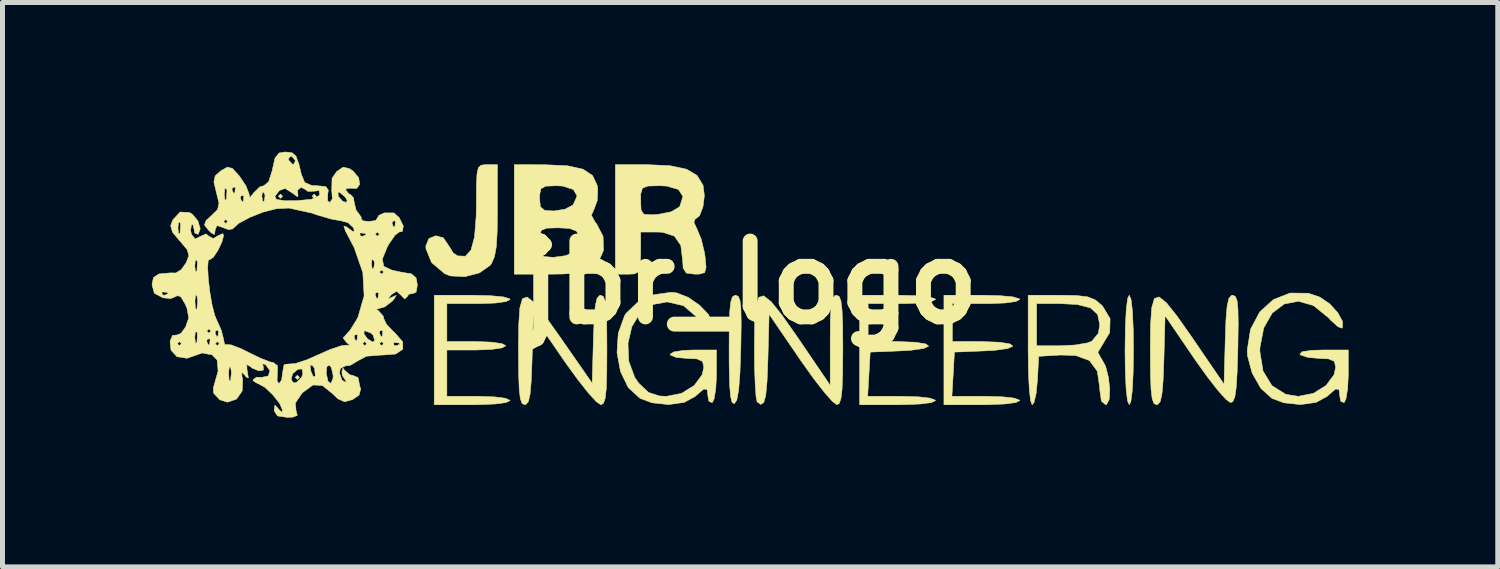
<source format=kicad_pcb>
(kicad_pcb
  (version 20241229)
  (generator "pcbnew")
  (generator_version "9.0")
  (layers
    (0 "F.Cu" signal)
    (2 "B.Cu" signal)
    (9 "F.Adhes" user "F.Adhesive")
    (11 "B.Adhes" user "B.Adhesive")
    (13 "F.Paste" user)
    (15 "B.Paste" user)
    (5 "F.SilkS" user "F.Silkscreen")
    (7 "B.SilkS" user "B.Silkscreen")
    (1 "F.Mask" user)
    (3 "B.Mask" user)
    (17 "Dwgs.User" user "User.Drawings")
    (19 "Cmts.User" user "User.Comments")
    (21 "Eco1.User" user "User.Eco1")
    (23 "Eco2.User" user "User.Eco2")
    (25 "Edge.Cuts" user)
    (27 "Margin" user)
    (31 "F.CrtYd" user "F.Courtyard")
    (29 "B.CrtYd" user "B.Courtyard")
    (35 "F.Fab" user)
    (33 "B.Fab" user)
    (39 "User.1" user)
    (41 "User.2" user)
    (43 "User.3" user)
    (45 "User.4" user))
  (footprint "jbr_logo"
    (layer "F.Cu")
    (at 12.028 2.63)
    (property "Reference" "jbr_logo" (at 0 0 0) (layer "F.SilkS") (effects (font (size 1.524 1.524) (thickness 0.3))))
    (attr through_hole)
    (fp_poly (pts (xy -9.398 -1.736) (xy -9.44 -1.693) (xy -9.483 -1.736) (xy -9.44 -1.778) (xy -9.398 -1.736)) (stroke (width 0.01) (type solid)) (fill yes) (layer "F.SilkS"))
    (fp_poly (pts (xy -9.059 1.905) (xy -9.102 1.947) (xy -9.144 1.905) (xy -9.102 1.863) (xy -9.059 1.905)) (stroke (width 0.01) (type solid)) (fill yes) (layer "F.SilkS"))
    (fp_poly (pts (xy -8.721 -1.736) (xy -8.763 -1.693) (xy -8.805 -1.736) (xy -8.763 -1.778) (xy -8.721 -1.736)) (stroke (width 0.01) (type solid)) (fill yes) (layer "F.SilkS"))
    (fp_poly (pts (xy 7.656 0.336) (xy 7.683 0.569) (xy 7.7 0.937) (xy 7.705 1.355) (xy 7.698 1.825) (xy 7.68 2.177) (xy 7.652 2.393) (xy 7.62 2.455) (xy 7.584 2.374) (xy 7.557 2.14) (xy 7.54 1.773) (xy 7.535 1.355) (xy 7.542 0.884) (xy 7.56 0.532) (xy 7.588 0.317) (xy 7.62 0.254) (xy 7.656 0.336)) (stroke (width 0.01) (type solid)) (fill yes) (layer "F.SilkS"))
    (fp_poly (pts (xy -0.24 0.276) (xy -0.205 0.358) (xy -0.186 0.527) (xy -0.18 0.808) (xy -0.186 1.227) (xy -0.188 1.327) (xy -0.205 1.82) (xy -0.231 2.16) (xy -0.268 2.36) (xy -0.318 2.434) (xy -0.363 2.409) (xy -0.394 2.286) (xy -0.413 2.044) (xy -0.422 1.665) (xy -0.423 1.362) (xy -0.421 0.903) (xy -0.411 0.588) (xy -0.39 0.392) (xy -0.357 0.289) (xy -0.307 0.255) (xy -0.294 0.254) (xy -0.24 0.276)) (stroke (width 0.01) (type solid)) (fill yes) (layer "F.SilkS"))
    (fp_poly (pts (xy -5.08 -1.449) (xy -5.085 -1.016) (xy -5.103 -0.719) (xy -5.139 -0.521) (xy -5.196 -0.389) (xy -5.228 -0.345) (xy -5.444 -0.194) (xy -5.736 -0.119) (xy -6.024 -0.134) (xy -6.138 -0.178) (xy -6.404 -0.403) (xy -6.516 -0.679) (xy -6.519 -0.736) (xy -6.458 -0.885) (xy -6.319 -0.941) (xy -6.168 -0.901) (xy -6.072 -0.762) (xy -5.968 -0.596) (xy -5.88 -0.537) (xy -5.723 -0.53) (xy -5.611 -0.653) (xy -5.54 -0.918) (xy -5.507 -1.334) (xy -5.503 -1.583) (xy -5.502 -1.951) (xy -5.491 -2.181) (xy -5.464 -2.307) (xy -5.41 -2.359) (xy -5.321 -2.371) (xy -5.292 -2.371) (xy -5.08 -2.371) (xy -5.08 -1.449)) (stroke (width 0.01) (type solid)) (fill yes) (layer "F.SilkS"))
    (fp_poly (pts (xy 3.328 0.263) (xy 3.589 0.287) (xy 3.717 0.325) (xy 3.725 0.339) (xy 3.646 0.381) (xy 3.43 0.41) (xy 3.109 0.423) (xy 3.048 0.423) (xy 2.371 0.423) (xy 2.371 1.185) (xy 2.958 1.185) (xy 3.32 1.199) (xy 3.531 1.233) (xy 3.588 1.278) (xy 3.487 1.324) (xy 3.224 1.361) (xy 3.03 1.372) (xy 2.413 1.397) (xy 2.362 2.286) (xy 3.044 2.286) (xy 3.381 2.296) (xy 3.618 2.323) (xy 3.723 2.363) (xy 3.725 2.371) (xy 3.645 2.411) (xy 3.424 2.44) (xy 3.089 2.454) (xy 2.963 2.455) (xy 2.201 2.455) (xy 2.201 0.254) (xy 2.963 0.254) (xy 3.328 0.263)) (stroke (width 0.01) (type solid)) (fill yes) (layer "F.SilkS"))
    (fp_poly (pts (xy -5.223 0.263) (xy -4.962 0.287) (xy -4.834 0.325) (xy -4.826 0.339) (xy -4.905 0.381) (xy -5.118 0.411) (xy -5.431 0.423) (xy -5.461 0.423) (xy -6.096 0.423) (xy -6.096 1.185) (xy -5.503 1.185) (xy -5.199 1.197) (xy -4.989 1.227) (xy -4.911 1.27) (xy -4.911 1.27) (xy -4.989 1.313) (xy -5.199 1.343) (xy -5.503 1.355) (xy -6.096 1.355) (xy -6.096 2.286) (xy -5.461 2.286) (xy -5.141 2.297) (xy -4.918 2.325) (xy -4.827 2.367) (xy -4.826 2.371) (xy -4.906 2.411) (xy -5.127 2.44) (xy -5.462 2.454) (xy -5.588 2.455) (xy -6.35 2.455) (xy -6.35 0.254) (xy -5.588 0.254) (xy -5.223 0.263)) (stroke (width 0.01) (type solid)) (fill yes) (layer "F.SilkS"))
    (fp_poly (pts (xy 5.022 0.263) (xy 5.282 0.287) (xy 5.41 0.325) (xy 5.419 0.339) (xy 5.339 0.381) (xy 5.123 0.41) (xy 4.802 0.423) (xy 4.741 0.423) (xy 4.064 0.423) (xy 4.064 1.185) (xy 4.652 1.185) (xy 5.013 1.199) (xy 5.224 1.233) (xy 5.281 1.278) (xy 5.18 1.324) (xy 4.917 1.361) (xy 4.723 1.372) (xy 4.106 1.397) (xy 4.081 1.841) (xy 4.055 2.286) (xy 4.737 2.286) (xy 5.074 2.296) (xy 5.311 2.323) (xy 5.416 2.363) (xy 5.419 2.371) (xy 5.339 2.411) (xy 5.117 2.44) (xy 4.783 2.454) (xy 4.657 2.455) (xy 3.895 2.455) (xy 3.895 0.254) (xy 4.657 0.254) (xy 5.022 0.263)) (stroke (width 0.01) (type solid)) (fill yes) (layer "F.SilkS"))
    (fp_poly (pts (xy 1.789 0.279) (xy 1.825 0.369) (xy 1.847 0.55) (xy 1.859 0.847) (xy 1.863 1.285) (xy 1.863 1.355) (xy 1.859 1.818) (xy 1.848 2.137) (xy 1.825 2.333) (xy 1.789 2.431) (xy 1.744 2.455) (xy 1.654 2.389) (xy 1.493 2.207) (xy 1.282 1.937) (xy 1.044 1.604) (xy 1.003 1.545) (xy 0.381 0.635) (xy 0.357 1.545) (xy 0.34 1.979) (xy 0.314 2.262) (xy 0.273 2.412) (xy 0.213 2.448) (xy 0.141 2.399) (xy 0.119 2.297) (xy 0.102 2.061) (xy 0.089 1.724) (xy 0.085 1.322) (xy 0.085 1.298) (xy 0.091 0.81) (xy 0.117 0.476) (xy 0.173 0.296) (xy 0.272 0.266) (xy 0.424 0.386) (xy 0.64 0.655) (xy 0.931 1.069) (xy 0.995 1.162) (xy 1.609 2.065) (xy 1.609 1.159) (xy 1.612 0.749) (xy 1.626 0.481) (xy 1.654 0.328) (xy 1.7 0.262) (xy 1.736 0.254) (xy 1.789 0.279)) (stroke (width 0.01) (type solid)) (fill yes) (layer "F.SilkS"))
    (fp_poly (pts (xy 9.752 0.277) (xy 9.787 0.364) (xy 9.805 0.539) (xy 9.81 0.83) (xy 9.804 1.26) (xy 9.803 1.333) (xy 9.789 1.791) (xy 9.77 2.104) (xy 9.743 2.295) (xy 9.704 2.39) (xy 9.656 2.413) (xy 9.564 2.347) (xy 9.401 2.165) (xy 9.191 1.896) (xy 8.955 1.567) (xy 8.936 1.539) (xy 8.34 0.665) (xy 8.316 1.56) (xy 8.3 1.972) (xy 8.277 2.24) (xy 8.243 2.391) (xy 8.192 2.451) (xy 8.167 2.455) (xy 8.116 2.429) (xy 8.08 2.333) (xy 8.058 2.144) (xy 8.047 1.837) (xy 8.043 1.386) (xy 8.043 1.348) (xy 8.048 0.849) (xy 8.071 0.508) (xy 8.124 0.321) (xy 8.218 0.288) (xy 8.366 0.405) (xy 8.578 0.67) (xy 8.868 1.082) (xy 8.929 1.171) (xy 9.525 2.044) (xy 9.549 1.149) (xy 9.564 0.739) (xy 9.587 0.472) (xy 9.621 0.321) (xy 9.671 0.26) (xy 9.7 0.254) (xy 9.752 0.277)) (stroke (width 0.01) (type solid)) (fill yes) (layer "F.SilkS"))
    (fp_poly (pts (xy -2.951 0.28) (xy -2.915 0.376) (xy -2.893 0.566) (xy -2.882 0.874) (xy -2.879 1.326) (xy -2.879 1.355) (xy -2.882 1.814) (xy -2.892 2.129) (xy -2.913 2.324) (xy -2.948 2.425) (xy -2.999 2.455) (xy -3.004 2.455) (xy -3.097 2.389) (xy -3.261 2.208) (xy -3.473 1.938) (xy -3.713 1.607) (xy -3.745 1.561) (xy -4.36 0.666) (xy -4.384 1.561) (xy -4.4 1.972) (xy -4.423 2.24) (xy -4.457 2.391) (xy -4.508 2.451) (xy -4.533 2.455) (xy -4.584 2.429) (xy -4.62 2.333) (xy -4.642 2.144) (xy -4.653 1.837) (xy -4.657 1.386) (xy -4.657 1.348) (xy -4.652 0.85) (xy -4.629 0.509) (xy -4.577 0.323) (xy -4.483 0.29) (xy -4.335 0.408) (xy -4.121 0.673) (xy -3.829 1.082) (xy -3.775 1.16) (xy -3.175 2.023) (xy -3.151 1.139) (xy -3.135 0.73) (xy -3.112 0.464) (xy -3.077 0.316) (xy -3.026 0.258) (xy -3.003 0.254) (xy -2.951 0.28)) (stroke (width 0.01) (type solid)) (fill yes) (layer "F.SilkS"))
    (fp_poly (pts (xy 6.565 0.26) (xy 6.784 0.287) (xy 6.934 0.346) (xy 7.063 0.451) (xy 7.082 0.47) (xy 7.235 0.725) (xy 7.227 1.004) (xy 7.065 1.275) (xy 6.989 1.4) (xy 7.05 1.516) (xy 7.061 1.529) (xy 7.145 1.683) (xy 7.202 1.907) (xy 7.228 2.145) (xy 7.217 2.345) (xy 7.165 2.45) (xy 7.144 2.455) (xy 7.06 2.383) (xy 7.028 2.16) (xy 7.027 2.117) (xy 6.978 1.781) (xy 6.82 1.567) (xy 6.543 1.465) (xy 6.24 1.456) (xy 5.8 1.482) (xy 5.774 1.968) (xy 5.748 2.23) (xy 5.706 2.407) (xy 5.668 2.455) (xy 5.637 2.375) (xy 5.611 2.151) (xy 5.594 1.81) (xy 5.588 1.376) (xy 5.588 1.355) (xy 5.588 0.423) (xy 5.757 0.423) (xy 5.757 1.27) (xy 6.229 1.27) (xy 6.523 1.255) (xy 6.768 1.215) (xy 6.864 1.182) (xy 6.999 1.019) (xy 7.027 0.847) (xy 6.984 0.64) (xy 6.84 0.508) (xy 6.573 0.44) (xy 6.229 0.423) (xy 5.757 0.423) (xy 5.588 0.423) (xy 5.588 0.254) (xy 6.227 0.254) (xy 6.565 0.26)) (stroke (width 0.01) (type solid)) (fill yes) (layer "F.SilkS"))
    (fp_poly (pts (xy -1.608 -2.349) (xy -1.278 -2.279) (xy -1.066 -2.152) (xy -0.948 -1.959) (xy -0.947 -1.956) (xy -0.92 -1.75) (xy -0.948 -1.525) (xy -1.017 -1.344) (xy -1.111 -1.27) (xy -1.111 -1.27) (xy -1.13 -1.21) (xy -1.07 -1.079) (xy -0.983 -0.872) (xy -0.917 -0.597) (xy -0.907 -0.529) (xy -0.886 -0.304) (xy -0.915 -0.2) (xy -1.02 -0.171) (xy -1.109 -0.169) (xy -1.282 -0.191) (xy -1.347 -0.29) (xy -1.355 -0.429) (xy -1.394 -0.748) (xy -1.523 -0.935) (xy -1.762 -1.012) (xy -1.866 -1.016) (xy -2.201 -1.016) (xy -2.201 -0.593) (xy -2.207 -0.342) (xy -2.241 -0.217) (xy -2.33 -0.174) (xy -2.455 -0.169) (xy -2.709 -0.169) (xy -2.709 -1.646) (xy -2.201 -1.646) (xy -2.193 -1.457) (xy -2.137 -1.374) (xy -1.986 -1.362) (xy -1.85 -1.371) (xy -1.586 -1.423) (xy -1.424 -1.52) (xy -1.413 -1.534) (xy -1.351 -1.732) (xy -1.441 -1.871) (xy -1.677 -1.94) (xy -1.818 -1.947) (xy -2.053 -1.941) (xy -2.165 -1.899) (xy -2.199 -1.784) (xy -2.201 -1.646) (xy -2.709 -1.646) (xy -2.709 -2.371) (xy -2.078 -2.371) (xy -1.608 -2.349)) (stroke (width 0.01) (type solid)) (fill yes) (layer "F.SilkS"))
    (fp_poly (pts (xy -4.128 -2.369) (xy -3.672 -2.348) (xy -3.359 -2.279) (xy -3.168 -2.152) (xy -3.076 -1.958) (xy -3.063 -1.876) (xy -3.074 -1.646) (xy -3.137 -1.477) (xy -3.139 -1.475) (xy -3.191 -1.353) (xy -3.116 -1.215) (xy -3.088 -1.183) (xy -2.956 -0.93) (xy -2.948 -0.646) (xy -3.059 -0.395) (xy -3.128 -0.325) (xy -3.267 -0.243) (xy -3.464 -0.195) (xy -3.758 -0.173) (xy -4.031 -0.169) (xy -4.741 -0.169) (xy -4.741 -0.804) (xy -4.233 -0.804) (xy -4.22 -0.606) (xy -4.147 -0.524) (xy -3.965 -0.508) (xy -3.953 -0.508) (xy -3.709 -0.541) (xy -3.519 -0.62) (xy -3.41 -0.778) (xy -3.424 -0.917) (xy -3.492 -1.035) (xy -3.63 -1.089) (xy -3.858 -1.101) (xy -4.09 -1.094) (xy -4.199 -1.05) (xy -4.231 -0.931) (xy -4.233 -0.804) (xy -4.741 -0.804) (xy -4.741 -1.693) (xy -4.233 -1.693) (xy -4.216 -1.521) (xy -4.129 -1.451) (xy -3.947 -1.439) (xy -3.72 -1.475) (xy -3.562 -1.56) (xy -3.557 -1.565) (xy -3.479 -1.74) (xy -3.553 -1.871) (xy -3.766 -1.94) (xy -3.892 -1.947) (xy -4.11 -1.938) (xy -4.208 -1.884) (xy -4.233 -1.751) (xy -4.233 -1.693) (xy -4.741 -1.693) (xy -4.741 -2.371) (xy -4.128 -2.369)) (stroke (width 0.01) (type solid)) (fill yes) (layer "F.SilkS"))
    (fp_poly (pts (xy 11.221 0.214) (xy 11.452 0.293) (xy 11.648 0.426) (xy 11.81 0.604) (xy 11.907 0.78) (xy 11.904 0.907) (xy 11.897 0.916) (xy 11.818 0.889) (xy 11.677 0.764) (xy 11.619 0.702) (xy 11.323 0.462) (xy 11.02 0.375) (xy 10.735 0.43) (xy 10.494 0.612) (xy 10.323 0.91) (xy 10.246 1.31) (xy 10.245 1.386) (xy 10.309 1.778) (xy 10.488 2.072) (xy 10.766 2.246) (xy 11.018 2.286) (xy 11.322 2.226) (xy 11.576 2.068) (xy 11.737 1.85) (xy 11.769 1.697) (xy 11.741 1.583) (xy 11.628 1.534) (xy 11.435 1.524) (xy 11.21 1.504) (xy 11.065 1.455) (xy 11.049 1.439) (xy 11.094 1.39) (xy 11.29 1.361) (xy 11.51 1.355) (xy 12.023 1.355) (xy 12.023 1.858) (xy 12.009 2.135) (xy 11.975 2.339) (xy 11.938 2.413) (xy 11.871 2.387) (xy 11.853 2.291) (xy 11.836 2.149) (xy 11.768 2.139) (xy 11.623 2.262) (xy 11.599 2.286) (xy 11.375 2.408) (xy 11.063 2.452) (xy 10.731 2.417) (xy 10.489 2.328) (xy 10.265 2.126) (xy 10.09 1.819) (xy 9.997 1.473) (xy 9.991 1.36) (xy 10.058 0.937) (xy 10.242 0.591) (xy 10.516 0.342) (xy 10.851 0.21) (xy 11.221 0.214)) (stroke (width 0.01) (type solid)) (fill yes) (layer "F.SilkS"))
    (fp_poly (pts (xy -1.477 0.207) (xy -1.245 0.297) (xy -1.014 0.457) (xy -0.836 0.643) (xy -0.762 0.812) (xy -0.762 0.816) (xy -0.8 0.922) (xy -0.905 0.883) (xy -1.068 0.704) (xy -1.079 0.688) (xy -1.34 0.464) (xy -1.668 0.388) (xy -1.963 0.442) (xy -2.211 0.61) (xy -2.378 0.886) (xy -2.456 1.224) (xy -2.44 1.58) (xy -2.319 1.908) (xy -2.236 2.026) (xy -2.041 2.209) (xy -1.823 2.279) (xy -1.682 2.286) (xy -1.378 2.226) (xy -1.124 2.068) (xy -0.963 1.85) (xy -0.931 1.697) (xy -0.958 1.584) (xy -1.07 1.534) (xy -1.27 1.524) (xy -1.482 1.505) (xy -1.6 1.458) (xy -1.609 1.439) (xy -1.532 1.393) (xy -1.335 1.362) (xy -1.143 1.355) (xy -0.677 1.355) (xy -0.677 1.858) (xy -0.691 2.135) (xy -0.725 2.339) (xy -0.762 2.413) (xy -0.829 2.387) (xy -0.847 2.291) (xy -0.864 2.149) (xy -0.932 2.139) (xy -1.077 2.262) (xy -1.101 2.286) (xy -1.326 2.408) (xy -1.638 2.452) (xy -1.972 2.416) (xy -2.215 2.326) (xy -2.45 2.11) (xy -2.606 1.788) (xy -2.676 1.408) (xy -2.651 1.019) (xy -2.525 0.668) (xy -2.495 0.619) (xy -2.261 0.396) (xy -1.936 0.244) (xy -1.59 0.195) (xy -1.477 0.207)) (stroke (width 0.01) (type solid)) (fill yes) (layer "F.SilkS"))
    (fp_poly (pts (xy -9.21 -2.611) (xy -9.129 -2.542) (xy -9.069 -2.377) (xy -9.022 -2.18) (xy -8.954 -2.012) (xy -8.812 -1.952) (xy -8.709 -1.947) (xy -8.53 -1.93) (xy -8.478 -1.858) (xy -8.491 -1.778) (xy -8.492 -1.643) (xy -8.448 -1.609) (xy -8.399 -1.681) (xy -8.407 -1.817) (xy -8.285 -1.817) (xy -8.279 -1.733) (xy -8.195 -1.638) (xy -8.12 -1.609) (xy -8.098 -1.657) (xy -8.146 -1.727) (xy -8.249 -1.813) (xy -8.285 -1.817) (xy -8.407 -1.817) (xy -8.41 -1.853) (xy -8.404 -2.096) (xy -8.31 -2.232) (xy -8.181 -2.32) (xy -8.059 -2.292) (xy -7.979 -2.24) (xy -7.869 -2.109) (xy -7.848 -1.974) (xy -7.911 -1.891) (xy -8.012 -1.897) (xy -8.114 -1.893) (xy -8.128 -1.86) (xy -8.063 -1.78) (xy -8.043 -1.778) (xy -7.974 -1.707) (xy -7.959 -1.614) (xy -7.919 -1.451) (xy -7.873 -1.396) (xy -7.815 -1.308) (xy -7.822 -1.285) (xy -7.78 -1.241) (xy -7.662 -1.228) (xy -7.526 -1.248) (xy -7.502 -1.285) (xy -7.462 -1.351) (xy -7.353 -1.401) (xy -7.159 -1.4) (xy -7.054 -1.305) (xy -6.972 -1.138) (xy -6.989 -1.03) (xy -7.059 -1.014) (xy -7.138 -0.953) (xy -7.253 -0.788) (xy -7.296 -0.712) (xy -7.393 -0.472) (xy -7.364 -0.327) (xy -7.201 -0.25) (xy -7.176 -0.245) (xy -7.038 -0.214) (xy -7.027 -0.212) (xy -6.869 -0.185) (xy -6.816 -0.18) (xy -6.715 -0.096) (xy -6.689 0.047) (xy -6.714 0.191) (xy -6.766 0.216) (xy -6.861 0.234) (xy -6.887 0.275) (xy -6.944 0.33) (xy -7.017 0.255) (xy -7.106 0.173) (xy -7.206 0.237) (xy -7.214 0.246) (xy -7.279 0.326) (xy -7.216 0.303) (xy -7.197 0.293) (xy -7.115 0.256) (xy -7.15 0.32) (xy -7.186 0.365) (xy -7.34 0.485) (xy -7.44 0.515) (xy -7.515 0.536) (xy -7.472 0.564) (xy -7.373 0.676) (xy -7.366 0.721) (xy -7.305 0.846) (xy -7.155 1) (xy -7.137 1.015) (xy -6.982 1.193) (xy -6.983 1.341) (xy -7.126 1.436) (xy -7.397 1.457) (xy -7.408 1.456) (xy -7.712 1.48) (xy -7.873 1.565) (xy -8.035 1.662) (xy -8.139 1.676) (xy -8.235 1.723) (xy -8.255 1.813) (xy -8.207 1.958) (xy -8.147 1.997) (xy -8.098 1.994) (xy -8.126 1.976) (xy -8.198 1.865) (xy -8.206 1.792) (xy -8.185 1.715) (xy -8.157 1.757) (xy -8.045 1.854) (xy -7.994 1.863) (xy -7.886 1.907) (xy -7.874 1.94) (xy -7.846 2.085) (xy -7.828 2.137) (xy -7.861 2.261) (xy -7.989 2.35) (xy -8.151 2.396) (xy -8.286 2.336) (xy -8.388 2.238) (xy -8.598 2.068) (xy -8.786 2.058) (xy -8.989 2.206) (xy -9.016 2.234) (xy -9.142 2.422) (xy -9.127 2.573) (xy -9.102 2.669) (xy -9.197 2.705) (xy -9.309 2.709) (xy -9.501 2.68) (xy -9.565 2.581) (xy -9.566 2.561) (xy -9.552 2.463) (xy -9.493 2.524) (xy -9.483 2.54) (xy -9.415 2.606) (xy -9.399 2.566) (xy -9.456 2.43) (xy -9.593 2.257) (xy -9.754 2.105) (xy -9.886 2.033) (xy -9.895 2.032) (xy -9.986 1.977) (xy -9.991 1.952) (xy -9.922 1.901) (xy -9.821 1.905) (xy -9.686 1.877) (xy -9.652 1.77) (xy -9.739 1.65) (xy -9.75 1.643) (xy -9.808 1.633) (xy -9.787 1.68) (xy -9.785 1.76) (xy -9.879 1.773) (xy -10.008 1.719) (xy -10.054 1.681) (xy -10.117 1.646) (xy -10.113 1.752) (xy -10.106 1.787) (xy -10.086 1.917) (xy -10.125 1.901) (xy -10.155 1.863) (xy -10.216 1.801) (xy -10.216 1.879) (xy -10.2 1.951) (xy -10.21 2.179) (xy -10.325 2.342) (xy -10.503 2.404) (xy -10.661 2.355) (xy -10.786 2.22) (xy -10.79 2.117) (xy -10.706 1.82) (xy -10.482 1.82) (xy -10.473 1.965) (xy -10.447 1.978) (xy -10.443 1.97) (xy -10.426 1.802) (xy -10.44 1.716) (xy -10.467 1.682) (xy -10.482 1.794) (xy -10.482 1.82) (xy -10.706 1.82) (xy -10.694 1.779) (xy -10.714 1.556) (xy -10.812 1.453) (xy -11.014 1.414) (xy -11.096 1.444) (xy -11.319 1.521) (xy -11.521 1.489) (xy -11.641 1.358) (xy -11.641 1.355) (xy -11.655 1.228) (xy -11.515 1.228) (xy -11.472 1.27) (xy -11.43 1.228) (xy -11.472 1.185) (xy -11.515 1.228) (xy -11.655 1.228) (xy -11.66 1.18) (xy -11.627 1.101) (xy -11.163 1.101) (xy -11.149 1.221) (xy -11.12 1.206) (xy -11.119 1.185) (xy -10.922 1.185) (xy -10.891 1.255) (xy -10.866 1.242) (xy -10.864 1.228) (xy -10.753 1.228) (xy -10.71 1.27) (xy -10.668 1.228) (xy -10.71 1.185) (xy -10.753 1.228) (xy -10.864 1.228) (xy -10.855 1.141) (xy -10.866 1.129) (xy -10.916 1.141) (xy -10.922 1.185) (xy -11.119 1.185) (xy -11.109 1.033) (xy -11.12 0.995) (xy -11.151 0.984) (xy -11.163 1.101) (xy -11.627 1.101) (xy -11.611 1.061) (xy -11.522 1.054) (xy -11.439 1.02) (xy -11.406 0.974) (xy -10.922 0.974) (xy -10.88 1.016) (xy -10.753 1.016) (xy -10.722 1.086) (xy -10.696 1.072) (xy -10.686 0.972) (xy -10.696 0.96) (xy -10.747 0.971) (xy -10.753 1.016) (xy -10.88 1.016) (xy -10.837 0.974) (xy -10.88 0.931) (xy -10.922 0.974) (xy -11.406 0.974) (xy -11.348 0.893) (xy -11.284 0.711) (xy -11.319 0.52) (xy -11.354 0.435) (xy -11.386 0.381) (xy -11.159 0.381) (xy -11.15 0.526) (xy -11.124 0.538) (xy -11.12 0.531) (xy -11.104 0.363) (xy -11.117 0.277) (xy -11.144 0.242) (xy -11.159 0.355) (xy -11.159 0.381) (xy -11.386 0.381) (xy -11.445 0.283) (xy -11.518 0.261) (xy -11.524 0.27) (xy -11.643 0.321) (xy -11.802 0.306) (xy -11.975 0.215) (xy -11.98 0.198) (xy -11.825 0.198) (xy -11.813 0.248) (xy -11.769 0.254) (xy -11.699 0.223) (xy -11.712 0.198) (xy -11.813 0.187) (xy -11.825 0.198) (xy -11.98 0.198) (xy -12.023 0.041) (xy -11.994 -0.101) (xy -11.882 -0.174) (xy -11.653 -0.195) (xy -11.544 -0.193) (xy -11.436 -0.259) (xy -11.378 -0.339) (xy -11.163 -0.339) (xy -11.149 -0.218) (xy -11.12 -0.233) (xy -11.109 -0.406) (xy -11.12 -0.445) (xy -11.151 -0.455) (xy -11.163 -0.339) (xy -11.378 -0.339) (xy -11.339 -0.393) (xy -11.282 -0.539) (xy -11.316 -0.663) (xy -11.457 -0.831) (xy -11.465 -0.839) (xy -11.612 -1.015) (xy -11.635 -1.101) (xy -11.501 -1.101) (xy -11.488 -0.98) (xy -11.459 -0.995) (xy -11.447 -1.168) (xy -11.459 -1.206) (xy -11.489 -1.217) (xy -11.501 -1.101) (xy -11.635 -1.101) (xy -11.647 -1.145) (xy -11.604 -1.261) (xy -11.457 -1.418) (xy -11.274 -1.41) (xy -11.212 -1.375) (xy -11.101 -1.242) (xy -11.054 -1.082) (xy -11.094 -0.972) (xy -11.095 -0.971) (xy -11.162 -0.995) (xy -11.176 -1.067) (xy -11.2 -1.165) (xy -11.229 -1.161) (xy -11.248 -1.047) (xy -11.228 -0.968) (xy -11.156 -0.876) (xy -11.056 -0.926) (xy -10.935 -0.979) (xy -10.88 -0.931) (xy -10.79 -0.886) (xy -10.703 -0.938) (xy -10.603 -0.985) (xy -10.583 -0.951) (xy -10.617 -0.817) (xy -10.696 -0.651) (xy -10.786 -0.514) (xy -10.851 -0.467) (xy -10.856 -0.47) (xy -10.893 -0.447) (xy -10.904 -0.3) (xy -10.891 -0.074) (xy -10.86 0.19) (xy -10.816 0.447) (xy -10.762 0.656) (xy -10.729 0.737) (xy -10.63 0.959) (xy -10.584 1.139) (xy -10.583 1.153) (xy -10.56 1.25) (xy -10.53 1.245) (xy -10.433 1.252) (xy -10.239 1.326) (xy -10.087 1.401) (xy -9.842 1.52) (xy -9.646 1.595) (xy -9.579 1.609) (xy -9.498 1.674) (xy -9.503 1.82) (xy -9.509 1.978) (xy -9.471 2.032) (xy -9.417 1.959) (xy -9.415 1.943) (xy -9.227 1.943) (xy -9.183 2.014) (xy -9.123 2.011) (xy -9.016 1.906) (xy -8.99 1.835) (xy -9.008 1.735) (xy -9.096 1.745) (xy -9.195 1.831) (xy -9.227 1.943) (xy -9.415 1.943) (xy -9.398 1.811) (xy -9.369 1.653) (xy -9.364 1.652) (xy -8.847 1.652) (xy -8.83 1.776) (xy -8.828 1.785) (xy -8.778 1.898) (xy -8.739 1.874) (xy -8.745 1.821) (xy -8.521 1.821) (xy -8.485 1.986) (xy -8.426 2.027) (xy -8.385 1.929) (xy -8.382 1.868) (xy -8.417 1.709) (xy -8.458 1.657) (xy -8.51 1.691) (xy -8.521 1.821) (xy -8.745 1.821) (xy -8.757 1.721) (xy -8.791 1.674) (xy -8.847 1.652) (xy -9.364 1.652) (xy -9.277 1.637) (xy -9.14 1.627) (xy -8.911 1.552) (xy -8.705 1.461) (xy -8.441 1.344) (xy -8.225 1.271) (xy -8.128 1.258) (xy -8.048 1.258) (xy -8.083 1.228) (xy -7.789 1.228) (xy -7.747 1.27) (xy -7.705 1.228) (xy -7.451 1.228) (xy -7.408 1.27) (xy -7.366 1.228) (xy -7.38 1.214) (xy -7.168 1.214) (xy -7.157 1.264) (xy -7.112 1.27) (xy -7.042 1.239) (xy -7.056 1.214) (xy -7.156 1.203) (xy -7.168 1.214) (xy -7.38 1.214) (xy -7.408 1.185) (xy -7.451 1.228) (xy -7.705 1.228) (xy -7.747 1.185) (xy -7.789 1.228) (xy -8.083 1.228) (xy -8.116 1.199) (xy -8.181 1.113) (xy -8.17 1.101) (xy -7.959 1.101) (xy -7.928 1.17) (xy -7.902 1.157) (xy -7.892 1.057) (xy -7.902 1.044) (xy -7.953 1.056) (xy -7.959 1.101) (xy -8.17 1.101) (xy -8.136 1.063) (xy -8.106 1.029) (xy -7.764 1.029) (xy -7.692 1.129) (xy -7.587 1.196) (xy -7.546 1.167) (xy -7.579 1.054) (xy -7.622 1.016) (xy -7.451 1.016) (xy -7.42 1.086) (xy -7.394 1.072) (xy -7.384 0.972) (xy -7.394 0.96) (xy -7.445 0.971) (xy -7.451 1.016) (xy -7.622 1.016) (xy -7.628 1.011) (xy -7.753 0.965) (xy -7.764 1.029) (xy -8.106 1.029) (xy -8.039 0.955) (xy -7.917 0.757) (xy -7.882 0.693) (xy -7.76 0.27) (xy -7.76 0.254) (xy -7.535 0.254) (xy -7.504 0.324) (xy -7.479 0.31) (xy -7.469 0.21) (xy -7.479 0.198) (xy -7.529 0.209) (xy -7.535 0.254) (xy -7.76 0.254) (xy -7.785 -0.203) (xy -7.788 -0.212) (xy -7.451 -0.212) (xy -7.408 -0.169) (xy -7.366 -0.212) (xy -7.408 -0.254) (xy -7.451 -0.212) (xy -7.788 -0.212) (xy -7.85 -0.388) (xy -7.613 -0.388) (xy -7.598 -0.278) (xy -7.569 -0.277) (xy -7.549 -0.39) (xy -7.562 -0.439) (xy -7.6 -0.471) (xy -7.613 -0.388) (xy -7.85 -0.388) (xy -7.958 -0.7) (xy -8.014 -0.808) (xy -8.109 -0.988) (xy -7.846 -0.988) (xy -7.834 -0.937) (xy -7.789 -0.931) (xy -7.72 -0.962) (xy -7.726 -0.974) (xy -7.535 -0.974) (xy -7.493 -0.931) (xy -7.451 -0.974) (xy -7.493 -1.016) (xy -7.535 -0.974) (xy -7.726 -0.974) (xy -7.733 -0.988) (xy -7.833 -0.998) (xy -7.846 -0.988) (xy -8.109 -0.988) (xy -8.134 -1.035) (xy -8.166 -1.134) (xy -8.116 -1.121) (xy -8.089 -1.101) (xy -7.976 -1.019) (xy -7.958 -1.049) (xy -7.973 -1.101) (xy -8.062 -1.185) (xy -7.197 -1.185) (xy -7.166 -1.116) (xy -7.14 -1.129) (xy -7.13 -1.229) (xy -7.14 -1.242) (xy -7.191 -1.23) (xy -7.197 -1.185) (xy -8.062 -1.185) (xy -8.081 -1.204) (xy -8.22 -1.241) (xy -8.423 -1.278) (xy -8.695 -1.357) (xy -8.805 -1.396) (xy -9.271 -1.498) (xy -9.517 -1.486) (xy -9.782 -1.419) (xy -10.055 -1.312) (xy -10.28 -1.191) (xy -10.398 -1.084) (xy -10.4 -1.08) (xy -10.485 -1.064) (xy -10.59 -1.104) (xy -10.716 -1.147) (xy -10.752 -1.069) (xy -10.753 -1.055) (xy -10.766 -0.965) (xy -10.832 -1) (xy -10.887 -1.054) (xy -10.969 -1.16) (xy -10.943 -1.228) (xy -10.583 -1.228) (xy -10.541 -1.185) (xy -10.499 -1.228) (xy -10.541 -1.27) (xy -10.583 -1.228) (xy -10.943 -1.228) (xy -10.933 -1.252) (xy -10.827 -1.346) (xy -10.704 -1.468) (xy -10.676 -1.598) (xy -10.72 -1.778) (xy -10.57 -1.778) (xy -10.557 -1.658) (xy -10.527 -1.672) (xy -10.526 -1.693) (xy -10.245 -1.693) (xy -10.214 -1.624) (xy -10.188 -1.637) (xy -10.178 -1.737) (xy -10.188 -1.75) (xy -10.239 -1.738) (xy -10.245 -1.693) (xy -10.526 -1.693) (xy -10.516 -1.846) (xy -10.521 -1.863) (xy -10.414 -1.863) (xy -10.383 -1.793) (xy -10.358 -1.806) (xy -10.347 -1.907) (xy -10.358 -1.919) (xy -10.408 -1.907) (xy -10.414 -1.863) (xy -10.521 -1.863) (xy -10.527 -1.884) (xy -10.558 -1.894) (xy -10.57 -1.778) (xy -10.72 -1.778) (xy -10.728 -1.81) (xy -10.779 -2.022) (xy -10.753 -2.145) (xy -10.639 -2.247) (xy -10.508 -2.321) (xy -10.407 -2.295) (xy -10.274 -2.15) (xy -10.266 -2.141) (xy -10.137 -1.948) (xy -10.074 -1.79) (xy -10.073 -1.778) (xy -10.055 -1.707) (xy -10.026 -1.743) (xy -9.815 -1.743) (xy -9.799 -1.633) (xy -9.77 -1.632) (xy -9.752 -1.734) (xy -9.553 -1.734) (xy -9.521 -1.671) (xy -9.352 -1.646) (xy -9.129 -1.645) (xy -8.816 -1.675) (xy -8.665 -1.748) (xy -8.652 -1.772) (xy -8.665 -1.852) (xy -8.749 -1.838) (xy -8.89 -1.833) (xy -8.935 -1.868) (xy -9.025 -1.916) (xy -9.098 -1.858) (xy -9.088 -1.751) (xy -9.097 -1.724) (xy -9.198 -1.798) (xy -9.347 -1.892) (xy -9.457 -1.854) (xy -9.467 -1.845) (xy -9.553 -1.734) (xy -9.752 -1.734) (xy -9.75 -1.745) (xy -9.763 -1.794) (xy -9.801 -1.826) (xy -9.815 -1.743) (xy -10.026 -1.743) (xy -9.992 -1.786) (xy -9.984 -1.799) (xy -9.858 -1.922) (xy -9.776 -1.947) (xy -9.677 -2.028) (xy -9.606 -2.252) (xy -9.6 -2.286) (xy -9.553 -2.488) (xy -9.284 -2.488) (xy -9.271 -2.455) (xy -9.195 -2.375) (xy -9.181 -2.371) (xy -9.145 -2.436) (xy -9.144 -2.455) (xy -9.209 -2.537) (xy -9.234 -2.54) (xy -9.284 -2.488) (xy -9.553 -2.488) (xy -9.548 -2.507) (xy -9.467 -2.605) (xy -9.342 -2.625) (xy -9.21 -2.611)) (stroke (width 0.01) (type solid)) (fill yes) (layer "F.SilkS")))
  (gr_rect
    (start -3 -3)
    (end 27.055 8.344)
    (stroke (width 0.1) (type default))
    (fill no)
    (layer "Edge.Cuts")))
</source>
